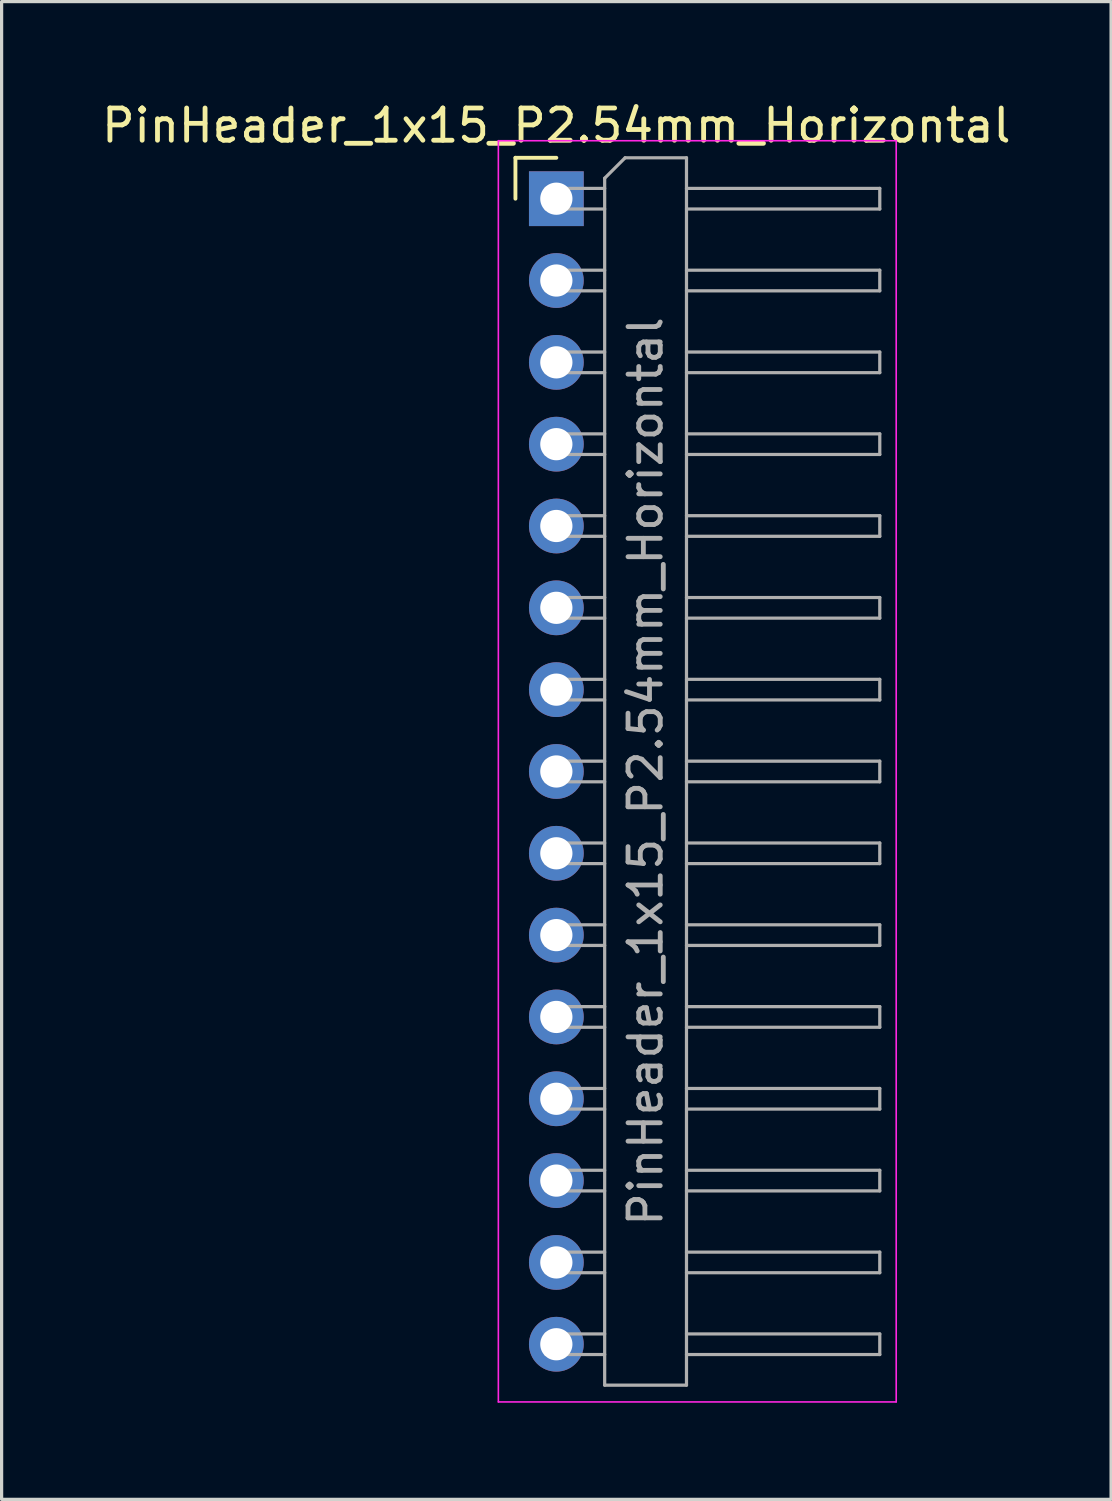
<source format=kicad_pcb>
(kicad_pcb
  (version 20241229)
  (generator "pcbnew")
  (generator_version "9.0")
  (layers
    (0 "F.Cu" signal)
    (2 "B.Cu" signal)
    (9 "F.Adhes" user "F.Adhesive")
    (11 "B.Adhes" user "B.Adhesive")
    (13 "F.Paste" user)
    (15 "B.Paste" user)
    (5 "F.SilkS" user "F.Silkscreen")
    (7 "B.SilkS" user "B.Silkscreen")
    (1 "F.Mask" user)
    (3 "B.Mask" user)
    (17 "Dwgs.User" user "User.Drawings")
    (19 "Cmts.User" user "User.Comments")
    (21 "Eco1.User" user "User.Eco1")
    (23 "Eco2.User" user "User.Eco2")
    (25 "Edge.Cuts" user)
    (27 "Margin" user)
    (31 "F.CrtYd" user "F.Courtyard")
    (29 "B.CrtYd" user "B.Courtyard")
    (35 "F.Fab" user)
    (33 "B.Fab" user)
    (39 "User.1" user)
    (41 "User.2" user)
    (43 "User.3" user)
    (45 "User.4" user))
  (footprint "PinHeader_1x15_P2.54mm_Horizontal"
    (layer "F.Cu")
    (at 14.22 3.118)
    (property "Reference" "PinHeader_1x15_P2.54mm_Horizontal" (at 0 -2.27 0) (layer "F.SilkS") (effects (font (size 1 1) (thickness 0.15))))
    (attr through_hole)
    (fp_line (start -1.27 -1.27) (end 0 -1.27) (stroke (width 0.12) (type solid)) (layer "F.SilkS"))
    (fp_line (start -1.27 0) (end -1.27 -1.27) (stroke (width 0.12) (type solid)) (layer "F.SilkS"))
    (fp_line (start -1.8 -1.8) (end -1.8 37.35) (stroke (width 0.05) (type solid)) (layer "F.CrtYd"))
    (fp_line (start -1.8 37.35) (end 10.55 37.35) (stroke (width 0.05) (type solid)) (layer "F.CrtYd"))
    (fp_line (start 10.55 -1.8) (end -1.8 -1.8) (stroke (width 0.05) (type solid)) (layer "F.CrtYd"))
    (fp_line (start 10.55 37.35) (end 10.55 -1.8) (stroke (width 0.05) (type solid)) (layer "F.CrtYd"))
    (fp_line (start -0.32 -0.32) (end -0.32 0.32) (stroke (width 0.1) (type solid)) (layer "F.Fab"))
    (fp_line (start -0.32 -0.32) (end 1.5 -0.32) (stroke (width 0.1) (type solid)) (layer "F.Fab"))
    (fp_line (start -0.32 0.32) (end 1.5 0.32) (stroke (width 0.1) (type solid)) (layer "F.Fab"))
    (fp_line (start -0.32 2.22) (end -0.32 2.86) (stroke (width 0.1) (type solid)) (layer "F.Fab"))
    (fp_line (start -0.32 2.22) (end 1.5 2.22) (stroke (width 0.1) (type solid)) (layer "F.Fab"))
    (fp_line (start -0.32 2.86) (end 1.5 2.86) (stroke (width 0.1) (type solid)) (layer "F.Fab"))
    (fp_line (start -0.32 4.76) (end -0.32 5.4) (stroke (width 0.1) (type solid)) (layer "F.Fab"))
    (fp_line (start -0.32 4.76) (end 1.5 4.76) (stroke (width 0.1) (type solid)) (layer "F.Fab"))
    (fp_line (start -0.32 5.4) (end 1.5 5.4) (stroke (width 0.1) (type solid)) (layer "F.Fab"))
    (fp_line (start -0.32 7.3) (end -0.32 7.94) (stroke (width 0.1) (type solid)) (layer "F.Fab"))
    (fp_line (start -0.32 7.3) (end 1.5 7.3) (stroke (width 0.1) (type solid)) (layer "F.Fab"))
    (fp_line (start -0.32 7.94) (end 1.5 7.94) (stroke (width 0.1) (type solid)) (layer "F.Fab"))
    (fp_line (start -0.32 9.84) (end -0.32 10.48) (stroke (width 0.1) (type solid)) (layer "F.Fab"))
    (fp_line (start -0.32 9.84) (end 1.5 9.84) (stroke (width 0.1) (type solid)) (layer "F.Fab"))
    (fp_line (start -0.32 10.48) (end 1.5 10.48) (stroke (width 0.1) (type solid)) (layer "F.Fab"))
    (fp_line (start -0.32 12.38) (end -0.32 13.02) (stroke (width 0.1) (type solid)) (layer "F.Fab"))
    (fp_line (start -0.32 12.38) (end 1.5 12.38) (stroke (width 0.1) (type solid)) (layer "F.Fab"))
    (fp_line (start -0.32 13.02) (end 1.5 13.02) (stroke (width 0.1) (type solid)) (layer "F.Fab"))
    (fp_line (start -0.32 14.92) (end -0.32 15.56) (stroke (width 0.1) (type solid)) (layer "F.Fab"))
    (fp_line (start -0.32 14.92) (end 1.5 14.92) (stroke (width 0.1) (type solid)) (layer "F.Fab"))
    (fp_line (start -0.32 15.56) (end 1.5 15.56) (stroke (width 0.1) (type solid)) (layer "F.Fab"))
    (fp_line (start -0.32 17.46) (end -0.32 18.1) (stroke (width 0.1) (type solid)) (layer "F.Fab"))
    (fp_line (start -0.32 17.46) (end 1.5 17.46) (stroke (width 0.1) (type solid)) (layer "F.Fab"))
    (fp_line (start -0.32 18.1) (end 1.5 18.1) (stroke (width 0.1) (type solid)) (layer "F.Fab"))
    (fp_line (start -0.32 20) (end -0.32 20.64) (stroke (width 0.1) (type solid)) (layer "F.Fab"))
    (fp_line (start -0.32 20) (end 1.5 20) (stroke (width 0.1) (type solid)) (layer "F.Fab"))
    (fp_line (start -0.32 20.64) (end 1.5 20.64) (stroke (width 0.1) (type solid)) (layer "F.Fab"))
    (fp_line (start -0.32 22.54) (end -0.32 23.18) (stroke (width 0.1) (type solid)) (layer "F.Fab"))
    (fp_line (start -0.32 22.54) (end 1.5 22.54) (stroke (width 0.1) (type solid)) (layer "F.Fab"))
    (fp_line (start -0.32 23.18) (end 1.5 23.18) (stroke (width 0.1) (type solid)) (layer "F.Fab"))
    (fp_line (start -0.32 25.08) (end -0.32 25.72) (stroke (width 0.1) (type solid)) (layer "F.Fab"))
    (fp_line (start -0.32 25.08) (end 1.5 25.08) (stroke (width 0.1) (type solid)) (layer "F.Fab"))
    (fp_line (start -0.32 25.72) (end 1.5 25.72) (stroke (width 0.1) (type solid)) (layer "F.Fab"))
    (fp_line (start -0.32 27.62) (end -0.32 28.26) (stroke (width 0.1) (type solid)) (layer "F.Fab"))
    (fp_line (start -0.32 27.62) (end 1.5 27.62) (stroke (width 0.1) (type solid)) (layer "F.Fab"))
    (fp_line (start -0.32 28.26) (end 1.5 28.26) (stroke (width 0.1) (type solid)) (layer "F.Fab"))
    (fp_line (start -0.32 30.16) (end -0.32 30.8) (stroke (width 0.1) (type solid)) (layer "F.Fab"))
    (fp_line (start -0.32 30.16) (end 1.5 30.16) (stroke (width 0.1) (type solid)) (layer "F.Fab"))
    (fp_line (start -0.32 30.8) (end 1.5 30.8) (stroke (width 0.1) (type solid)) (layer "F.Fab"))
    (fp_line (start -0.32 32.7) (end -0.32 33.34) (stroke (width 0.1) (type solid)) (layer "F.Fab"))
    (fp_line (start -0.32 32.7) (end 1.5 32.7) (stroke (width 0.1) (type solid)) (layer "F.Fab"))
    (fp_line (start -0.32 33.34) (end 1.5 33.34) (stroke (width 0.1) (type solid)) (layer "F.Fab"))
    (fp_line (start -0.32 35.24) (end -0.32 35.88) (stroke (width 0.1) (type solid)) (layer "F.Fab"))
    (fp_line (start -0.32 35.24) (end 1.5 35.24) (stroke (width 0.1) (type solid)) (layer "F.Fab"))
    (fp_line (start -0.32 35.88) (end 1.5 35.88) (stroke (width 0.1) (type solid)) (layer "F.Fab"))
    (fp_line (start 1.5 -0.635) (end 2.135 -1.27) (stroke (width 0.1) (type solid)) (layer "F.Fab"))
    (fp_line (start 1.5 36.83) (end 1.5 -0.635) (stroke (width 0.1) (type solid)) (layer "F.Fab"))
    (fp_line (start 2.135 -1.27) (end 4.04 -1.27) (stroke (width 0.1) (type solid)) (layer "F.Fab"))
    (fp_line (start 4.04 -1.27) (end 4.04 36.83) (stroke (width 0.1) (type solid)) (layer "F.Fab"))
    (fp_line (start 4.04 -0.32) (end 10.04 -0.32) (stroke (width 0.1) (type solid)) (layer "F.Fab"))
    (fp_line (start 4.04 0.32) (end 10.04 0.32) (stroke (width 0.1) (type solid)) (layer "F.Fab"))
    (fp_line (start 4.04 2.22) (end 10.04 2.22) (stroke (width 0.1) (type solid)) (layer "F.Fab"))
    (fp_line (start 4.04 2.86) (end 10.04 2.86) (stroke (width 0.1) (type solid)) (layer "F.Fab"))
    (fp_line (start 4.04 4.76) (end 10.04 4.76) (stroke (width 0.1) (type solid)) (layer "F.Fab"))
    (fp_line (start 4.04 5.4) (end 10.04 5.4) (stroke (width 0.1) (type solid)) (layer "F.Fab"))
    (fp_line (start 4.04 7.3) (end 10.04 7.3) (stroke (width 0.1) (type solid)) (layer "F.Fab"))
    (fp_line (start 4.04 7.94) (end 10.04 7.94) (stroke (width 0.1) (type solid)) (layer "F.Fab"))
    (fp_line (start 4.04 9.84) (end 10.04 9.84) (stroke (width 0.1) (type solid)) (layer "F.Fab"))
    (fp_line (start 4.04 10.48) (end 10.04 10.48) (stroke (width 0.1) (type solid)) (layer "F.Fab"))
    (fp_line (start 4.04 12.38) (end 10.04 12.38) (stroke (width 0.1) (type solid)) (layer "F.Fab"))
    (fp_line (start 4.04 13.02) (end 10.04 13.02) (stroke (width 0.1) (type solid)) (layer "F.Fab"))
    (fp_line (start 4.04 14.92) (end 10.04 14.92) (stroke (width 0.1) (type solid)) (layer "F.Fab"))
    (fp_line (start 4.04 15.56) (end 10.04 15.56) (stroke (width 0.1) (type solid)) (layer "F.Fab"))
    (fp_line (start 4.04 17.46) (end 10.04 17.46) (stroke (width 0.1) (type solid)) (layer "F.Fab"))
    (fp_line (start 4.04 18.1) (end 10.04 18.1) (stroke (width 0.1) (type solid)) (layer "F.Fab"))
    (fp_line (start 4.04 20) (end 10.04 20) (stroke (width 0.1) (type solid)) (layer "F.Fab"))
    (fp_line (start 4.04 20.64) (end 10.04 20.64) (stroke (width 0.1) (type solid)) (layer "F.Fab"))
    (fp_line (start 4.04 22.54) (end 10.04 22.54) (stroke (width 0.1) (type solid)) (layer "F.Fab"))
    (fp_line (start 4.04 23.18) (end 10.04 23.18) (stroke (width 0.1) (type solid)) (layer "F.Fab"))
    (fp_line (start 4.04 25.08) (end 10.04 25.08) (stroke (width 0.1) (type solid)) (layer "F.Fab"))
    (fp_line (start 4.04 25.72) (end 10.04 25.72) (stroke (width 0.1) (type solid)) (layer "F.Fab"))
    (fp_line (start 4.04 27.62) (end 10.04 27.62) (stroke (width 0.1) (type solid)) (layer "F.Fab"))
    (fp_line (start 4.04 28.26) (end 10.04 28.26) (stroke (width 0.1) (type solid)) (layer "F.Fab"))
    (fp_line (start 4.04 30.16) (end 10.04 30.16) (stroke (width 0.1) (type solid)) (layer "F.Fab"))
    (fp_line (start 4.04 30.8) (end 10.04 30.8) (stroke (width 0.1) (type solid)) (layer "F.Fab"))
    (fp_line (start 4.04 32.7) (end 10.04 32.7) (stroke (width 0.1) (type solid)) (layer "F.Fab"))
    (fp_line (start 4.04 33.34) (end 10.04 33.34) (stroke (width 0.1) (type solid)) (layer "F.Fab"))
    (fp_line (start 4.04 35.24) (end 10.04 35.24) (stroke (width 0.1) (type solid)) (layer "F.Fab"))
    (fp_line (start 4.04 35.88) (end 10.04 35.88) (stroke (width 0.1) (type solid)) (layer "F.Fab"))
    (fp_line (start 4.04 36.83) (end 1.5 36.83) (stroke (width 0.1) (type solid)) (layer "F.Fab"))
    (fp_line (start 10.04 -0.32) (end 10.04 0.32) (stroke (width 0.1) (type solid)) (layer "F.Fab"))
    (fp_line (start 10.04 2.22) (end 10.04 2.86) (stroke (width 0.1) (type solid)) (layer "F.Fab"))
    (fp_line (start 10.04 4.76) (end 10.04 5.4) (stroke (width 0.1) (type solid)) (layer "F.Fab"))
    (fp_line (start 10.04 7.3) (end 10.04 7.94) (stroke (width 0.1) (type solid)) (layer "F.Fab"))
    (fp_line (start 10.04 9.84) (end 10.04 10.48) (stroke (width 0.1) (type solid)) (layer "F.Fab"))
    (fp_line (start 10.04 12.38) (end 10.04 13.02) (stroke (width 0.1) (type solid)) (layer "F.Fab"))
    (fp_line (start 10.04 14.92) (end 10.04 15.56) (stroke (width 0.1) (type solid)) (layer "F.Fab"))
    (fp_line (start 10.04 17.46) (end 10.04 18.1) (stroke (width 0.1) (type solid)) (layer "F.Fab"))
    (fp_line (start 10.04 20) (end 10.04 20.64) (stroke (width 0.1) (type solid)) (layer "F.Fab"))
    (fp_line (start 10.04 22.54) (end 10.04 23.18) (stroke (width 0.1) (type solid)) (layer "F.Fab"))
    (fp_line (start 10.04 25.08) (end 10.04 25.72) (stroke (width 0.1) (type solid)) (layer "F.Fab"))
    (fp_line (start 10.04 27.62) (end 10.04 28.26) (stroke (width 0.1) (type solid)) (layer "F.Fab"))
    (fp_line (start 10.04 30.16) (end 10.04 30.8) (stroke (width 0.1) (type solid)) (layer "F.Fab"))
    (fp_line (start 10.04 32.7) (end 10.04 33.34) (stroke (width 0.1) (type solid)) (layer "F.Fab"))
    (fp_line (start 10.04 35.24) (end 10.04 35.88) (stroke (width 0.1) (type solid)) (layer "F.Fab"))
    (fp_text user "${REFERENCE}" (at 2.77 17.78 90) (layer "F.Fab") (effects (font (size 1 1) (thickness 0.15))))
    (pad "1" thru_hole rect (at 0 0) (size 1.7 1.7) (drill 1) (layers "*.Cu" "*.Mask"))
    (pad "2" thru_hole oval (at 0 2.54) (size 1.7 1.7) (drill 1) (layers "*.Cu" "*.Mask"))
    (pad "3" thru_hole oval (at 0 5.08) (size 1.7 1.7) (drill 1) (layers "*.Cu" "*.Mask"))
    (pad "4" thru_hole oval (at 0 7.62) (size 1.7 1.7) (drill 1) (layers "*.Cu" "*.Mask"))
    (pad "5" thru_hole oval (at 0 10.16) (size 1.7 1.7) (drill 1) (layers "*.Cu" "*.Mask"))
    (pad "6" thru_hole oval (at 0 12.7) (size 1.7 1.7) (drill 1) (layers "*.Cu" "*.Mask"))
    (pad "7" thru_hole oval (at 0 15.24) (size 1.7 1.7) (drill 1) (layers "*.Cu" "*.Mask"))
    (pad "8" thru_hole oval (at 0 17.78) (size 1.7 1.7) (drill 1) (layers "*.Cu" "*.Mask"))
    (pad "9" thru_hole oval (at 0 20.32) (size 1.7 1.7) (drill 1) (layers "*.Cu" "*.Mask"))
    (pad "10" thru_hole oval (at 0 22.86) (size 1.7 1.7) (drill 1) (layers "*.Cu" "*.Mask"))
    (pad "11" thru_hole oval (at 0 25.4) (size 1.7 1.7) (drill 1) (layers "*.Cu" "*.Mask"))
    (pad "12" thru_hole oval (at 0 27.94) (size 1.7 1.7) (drill 1) (layers "*.Cu" "*.Mask"))
    (pad "13" thru_hole oval (at 0 30.48) (size 1.7 1.7) (drill 1) (layers "*.Cu" "*.Mask"))
    (pad "14" thru_hole oval (at 0 33.02) (size 1.7 1.7) (drill 1) (layers "*.Cu" "*.Mask"))
    (pad "15" thru_hole oval (at 0 35.56) (size 1.7 1.7) (drill 1) (layers "*.Cu" "*.Mask")))
  (gr_rect
    (start -3 -3)
    (end 31.44 43.493)
    (stroke (width 0.1) (type default))
    (fill no)
    (layer "Edge.Cuts")))
</source>
